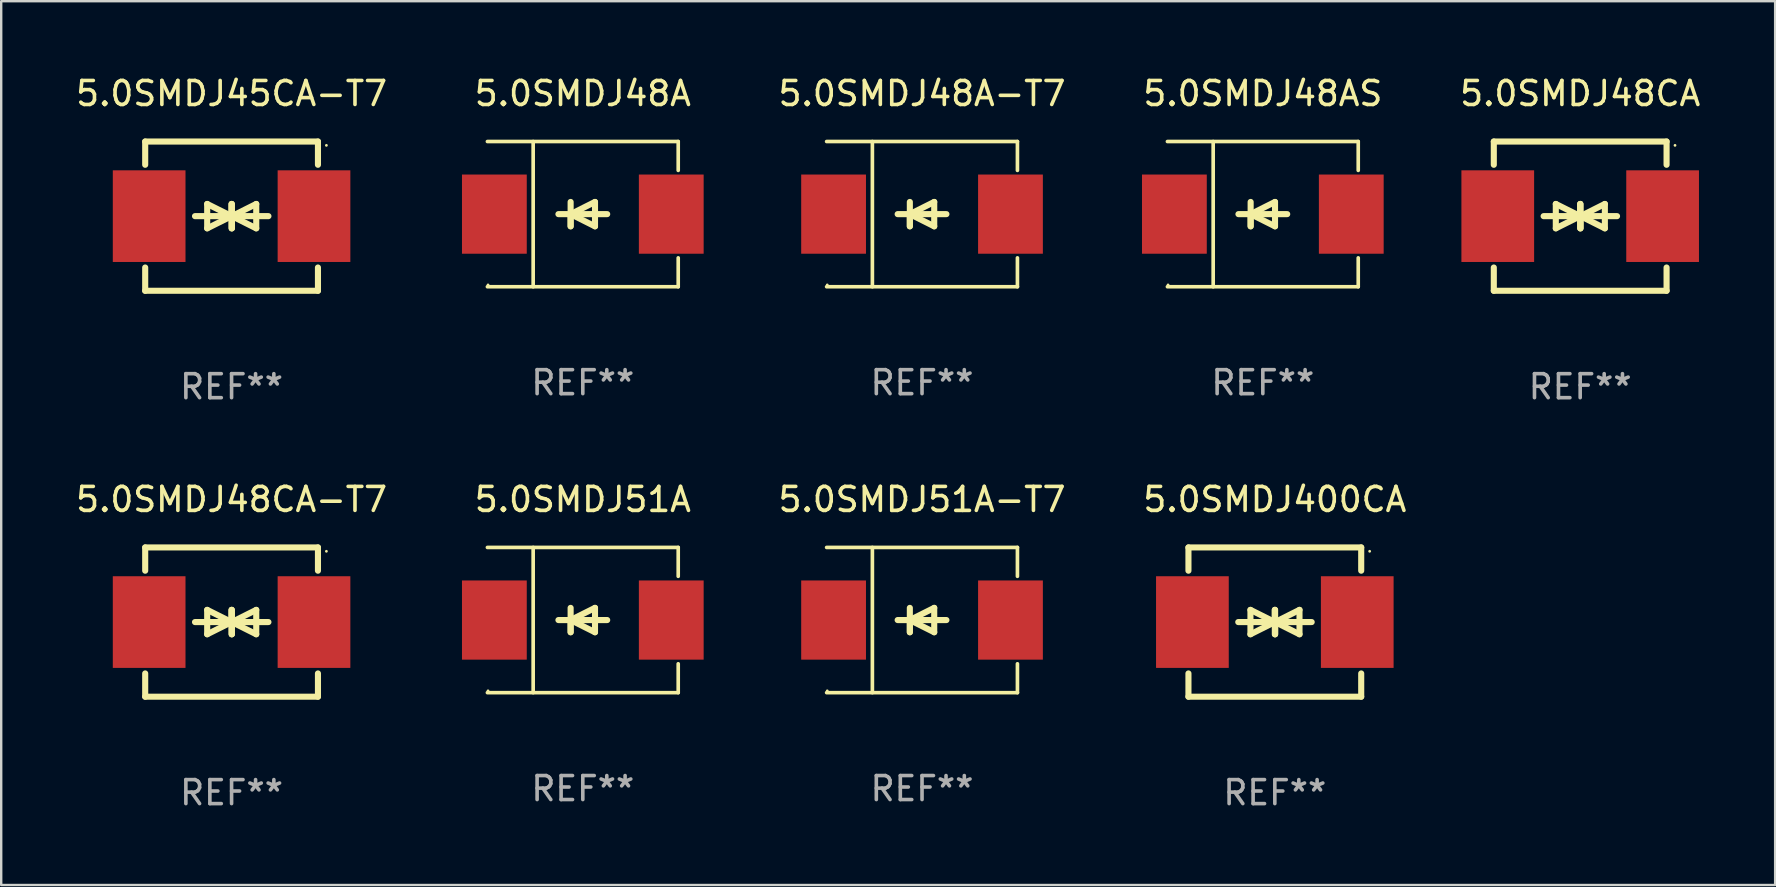
<source format=kicad_pcb>
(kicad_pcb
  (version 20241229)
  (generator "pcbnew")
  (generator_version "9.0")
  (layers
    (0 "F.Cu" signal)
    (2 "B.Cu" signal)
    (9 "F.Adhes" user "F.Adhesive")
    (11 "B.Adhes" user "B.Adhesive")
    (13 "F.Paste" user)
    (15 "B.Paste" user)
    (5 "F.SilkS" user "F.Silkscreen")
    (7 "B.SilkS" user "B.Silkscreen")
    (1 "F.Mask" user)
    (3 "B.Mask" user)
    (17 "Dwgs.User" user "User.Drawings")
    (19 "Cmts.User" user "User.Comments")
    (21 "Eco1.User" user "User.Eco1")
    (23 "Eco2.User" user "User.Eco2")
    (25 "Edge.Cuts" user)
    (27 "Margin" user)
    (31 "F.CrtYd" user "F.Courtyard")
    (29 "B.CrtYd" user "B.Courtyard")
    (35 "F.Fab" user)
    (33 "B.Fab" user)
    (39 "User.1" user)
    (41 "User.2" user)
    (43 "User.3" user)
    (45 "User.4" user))
  (footprint "5.0SMDJ48AS"
    (layer "F.Cu")
    (at 49.579 5.874)
    (property "Reference" "5.0SMDJ48AS" (at 0 -5.026 0) (layer "F.SilkS") (effects (font (size 1 1) (thickness 0.15))))
    (attr through_hole)
    (fp_line (start -3.976 -3.026) (end 3.976 -3.026) (stroke (width 0.152) (type solid)) (layer "F.SilkS"))
    (fp_line (start -3.976 3.026) (end 3.976 3.026) (stroke (width 0.152) (type solid)) (layer "F.SilkS"))
    (fp_line (start -2.069 -3.026) (end -2.069 3.026) (stroke (width 0.152) (type solid)) (layer "F.SilkS"))
    (fp_line (start -0.508 0) (end -0.508 0.508) (stroke (width 0.254) (type solid)) (layer "F.SilkS"))
    (fp_line (start -0.508 0) (end 0.508 0.508) (stroke (width 0.254) (type solid)) (layer "F.SilkS"))
    (fp_line (start -0.508 0.508) (end -0.508 -0.508) (stroke (width 0.254) (type solid)) (layer "F.SilkS"))
    (fp_line (start 0.508 -0.508) (end -0.508 0) (stroke (width 0.254) (type solid)) (layer "F.SilkS"))
    (fp_line (start 0.508 0.508) (end 0.508 -0.508) (stroke (width 0.254) (type solid)) (layer "F.SilkS"))
    (fp_line (start 1.016 0) (end -1.016 0) (stroke (width 0.254) (type solid)) (layer "F.SilkS"))
    (fp_line (start 3.976 -3.026) (end 3.976 -1.823) (stroke (width 0.152) (type solid)) (layer "F.SilkS"))
    (fp_line (start 3.976 3.026) (end 3.976 1.823) (stroke (width 0.152) (type solid)) (layer "F.SilkS"))
    (fp_circle (center -3.95 2.95) (end -3.92 2.95) (stroke (width 0.06) (type solid)) (fill no) (layer "F.SilkS"))
    (fp_text user "REF**" (at 0 7.026 0) (layer "F.Fab") (effects (font (size 1 1) (thickness 0.15))))
    (pad "1" smd rect (at -3.686 0) (size 2.7 3.3) (layers "F.Cu" "F.Mask" "F.Paste"))
    (pad "2" smd rect (at 3.686 0) (size 2.7 3.3) (layers "F.Cu" "F.Mask" "F.Paste")))
  (footprint "5.0SMDJ51A-T7"
    (layer "F.Cu")
    (at 35.376 22.791)
    (property "Reference" "5.0SMDJ51A-T7" (at 0 -5.026 0) (layer "F.SilkS") (effects (font (size 1 1) (thickness 0.15))))
    (attr through_hole)
    (fp_line (start -3.976 -3.026) (end 3.976 -3.026) (stroke (width 0.152) (type solid)) (layer "F.SilkS"))
    (fp_line (start -3.976 3.026) (end 3.976 3.026) (stroke (width 0.152) (type solid)) (layer "F.SilkS"))
    (fp_line (start -2.069 -3.026) (end -2.069 3.026) (stroke (width 0.152) (type solid)) (layer "F.SilkS"))
    (fp_line (start -0.508 0) (end -0.508 0.508) (stroke (width 0.254) (type solid)) (layer "F.SilkS"))
    (fp_line (start -0.508 0) (end 0.508 0.508) (stroke (width 0.254) (type solid)) (layer "F.SilkS"))
    (fp_line (start -0.508 0.508) (end -0.508 -0.508) (stroke (width 0.254) (type solid)) (layer "F.SilkS"))
    (fp_line (start 0.508 -0.508) (end -0.508 0) (stroke (width 0.254) (type solid)) (layer "F.SilkS"))
    (fp_line (start 0.508 0.508) (end 0.508 -0.508) (stroke (width 0.254) (type solid)) (layer "F.SilkS"))
    (fp_line (start 1.016 0) (end -1.016 0) (stroke (width 0.254) (type solid)) (layer "F.SilkS"))
    (fp_line (start 3.976 -3.026) (end 3.976 -1.823) (stroke (width 0.152) (type solid)) (layer "F.SilkS"))
    (fp_line (start 3.976 3.026) (end 3.976 1.823) (stroke (width 0.152) (type solid)) (layer "F.SilkS"))
    (fp_circle (center -3.95 2.95) (end -3.92 2.95) (stroke (width 0.06) (type solid)) (fill no) (layer "F.SilkS"))
    (fp_text user "REF**" (at 0 7.026 0) (layer "F.Fab") (effects (font (size 1 1) (thickness 0.15))))
    (pad "1" smd rect (at -3.686 0) (size 2.7 3.3) (layers "F.Cu" "F.Mask" "F.Paste"))
    (pad "2" smd rect (at 3.686 0) (size 2.7 3.3) (layers "F.Cu" "F.Mask" "F.Paste")))
  (footprint "5.0SMDJ48CA-T7"
    (layer "F.Cu")
    (at 6.601 22.875)
    (property "Reference" "5.0SMDJ48CA-T7" (at 0 -5.11 0) (layer "F.SilkS") (effects (font (size 1 1) (thickness 0.15))))
    (attr through_hole)
    (fp_line (start -3.6 -2.141) (end -3.6 -3.11) (stroke (width 0.254) (type solid)) (layer "F.SilkS"))
    (fp_line (start -3.6 3.11) (end -3.6 2.141) (stroke (width 0.254) (type solid)) (layer "F.SilkS"))
    (fp_line (start -1.524 0) (end 0.508 0) (stroke (width 0.254) (type solid)) (layer "F.SilkS"))
    (fp_line (start -1.016 -0.508) (end -1.016 0.508) (stroke (width 0.254) (type solid)) (layer "F.SilkS"))
    (fp_line (start -1.016 0.508) (end 0 0) (stroke (width 0.254) (type solid)) (layer "F.SilkS"))
    (fp_line (start 0 -0.508) (end 0 0.508) (stroke (width 0.254) (type solid)) (layer "F.SilkS"))
    (fp_line (start 0 0) (end -1.016 -0.508) (stroke (width 0.254) (type solid)) (layer "F.SilkS"))
    (fp_line (start 0 0) (end 0 -0.508) (stroke (width 0.254) (type solid)) (layer "F.SilkS"))
    (fp_line (start 0.012 0) (end 0.012 0.508) (stroke (width 0.254) (type solid)) (layer "F.SilkS"))
    (fp_line (start 0.012 0) (end 1.028 0.508) (stroke (width 0.254) (type solid)) (layer "F.SilkS"))
    (fp_line (start 0.012 0.508) (end 0.012 -0.508) (stroke (width 0.254) (type solid)) (layer "F.SilkS"))
    (fp_line (start 1.028 -0.508) (end 0.012 0) (stroke (width 0.254) (type solid)) (layer "F.SilkS"))
    (fp_line (start 1.028 0.508) (end 1.028 -0.508) (stroke (width 0.254) (type solid)) (layer "F.SilkS"))
    (fp_line (start 1.536 0) (end -0.496 0) (stroke (width 0.254) (type solid)) (layer "F.SilkS"))
    (fp_line (start 3.6 -3.11) (end -3.6 -3.11) (stroke (width 0.254) (type solid)) (layer "F.SilkS"))
    (fp_line (start 3.6 -2.141) (end 3.6 -3.11) (stroke (width 0.254) (type solid)) (layer "F.SilkS"))
    (fp_line (start 3.6 3.11) (end -3.6 3.11) (stroke (width 0.254) (type solid)) (layer "F.SilkS"))
    (fp_line (start 3.6 3.11) (end 3.6 2.141) (stroke (width 0.254) (type solid)) (layer "F.SilkS"))
    (fp_circle (center 3.952 -2.95) (end 3.982 -2.95) (stroke (width 0.06) (type solid)) (fill no) (layer "F.SilkS"))
    (fp_text user "REF**" (at 0 7.11 0) (layer "F.Fab") (effects (font (size 1 1) (thickness 0.15))))
    (pad "1" smd rect (at 3.435 0) (size 3.03 3.82) (layers "F.Cu" "F.Mask" "F.Paste"))
    (pad "2" smd rect (at -3.435 0) (size 3.03 3.82) (layers "F.Cu" "F.Mask" "F.Paste")))
  (footprint "5.0SMDJ400CA"
    (layer "F.Cu")
    (at 50.079 22.875)
    (property "Reference" "5.0SMDJ400CA" (at 0 -5.11 0) (layer "F.SilkS") (effects (font (size 1 1) (thickness 0.15))))
    (attr through_hole)
    (fp_line (start -3.6 -2.141) (end -3.6 -3.11) (stroke (width 0.254) (type solid)) (layer "F.SilkS"))
    (fp_line (start -3.6 3.11) (end -3.6 2.141) (stroke (width 0.254) (type solid)) (layer "F.SilkS"))
    (fp_line (start -1.524 0) (end 0.508 0) (stroke (width 0.254) (type solid)) (layer "F.SilkS"))
    (fp_line (start -1.016 -0.508) (end -1.016 0.508) (stroke (width 0.254) (type solid)) (layer "F.SilkS"))
    (fp_line (start -1.016 0.508) (end 0 0) (stroke (width 0.254) (type solid)) (layer "F.SilkS"))
    (fp_line (start 0 -0.508) (end 0 0.508) (stroke (width 0.254) (type solid)) (layer "F.SilkS"))
    (fp_line (start 0 0) (end -1.016 -0.508) (stroke (width 0.254) (type solid)) (layer "F.SilkS"))
    (fp_line (start 0 0) (end 0 -0.508) (stroke (width 0.254) (type solid)) (layer "F.SilkS"))
    (fp_line (start 0.012 0) (end 0.012 0.508) (stroke (width 0.254) (type solid)) (layer "F.SilkS"))
    (fp_line (start 0.012 0) (end 1.028 0.508) (stroke (width 0.254) (type solid)) (layer "F.SilkS"))
    (fp_line (start 0.012 0.508) (end 0.012 -0.508) (stroke (width 0.254) (type solid)) (layer "F.SilkS"))
    (fp_line (start 1.028 -0.508) (end 0.012 0) (stroke (width 0.254) (type solid)) (layer "F.SilkS"))
    (fp_line (start 1.028 0.508) (end 1.028 -0.508) (stroke (width 0.254) (type solid)) (layer "F.SilkS"))
    (fp_line (start 1.536 0) (end -0.496 0) (stroke (width 0.254) (type solid)) (layer "F.SilkS"))
    (fp_line (start 3.6 -3.11) (end -3.6 -3.11) (stroke (width 0.254) (type solid)) (layer "F.SilkS"))
    (fp_line (start 3.6 -2.141) (end 3.6 -3.11) (stroke (width 0.254) (type solid)) (layer "F.SilkS"))
    (fp_line (start 3.6 3.11) (end -3.6 3.11) (stroke (width 0.254) (type solid)) (layer "F.SilkS"))
    (fp_line (start 3.6 3.11) (end 3.6 2.141) (stroke (width 0.254) (type solid)) (layer "F.SilkS"))
    (fp_circle (center 3.952 -2.95) (end 3.982 -2.95) (stroke (width 0.06) (type solid)) (fill no) (layer "F.SilkS"))
    (fp_text user "REF**" (at 0 7.11 0) (layer "F.Fab") (effects (font (size 1 1) (thickness 0.15))))
    (pad "1" smd rect (at 3.435 0) (size 3.03 3.82) (layers "F.Cu" "F.Mask" "F.Paste"))
    (pad "2" smd rect (at -3.435 0) (size 3.03 3.82) (layers "F.Cu" "F.Mask" "F.Paste")))
  (footprint "5.0SMDJ51A"
    (layer "F.Cu")
    (at 21.239 22.791)
    (property "Reference" "5.0SMDJ51A" (at 0 -5.026 0) (layer "F.SilkS") (effects (font (size 1 1) (thickness 0.15))))
    (attr through_hole)
    (fp_line (start -3.976 -3.026) (end 3.976 -3.026) (stroke (width 0.152) (type solid)) (layer "F.SilkS"))
    (fp_line (start -3.976 3.026) (end 3.976 3.026) (stroke (width 0.152) (type solid)) (layer "F.SilkS"))
    (fp_line (start -2.069 -3.026) (end -2.069 3.026) (stroke (width 0.152) (type solid)) (layer "F.SilkS"))
    (fp_line (start -0.508 0) (end -0.508 0.508) (stroke (width 0.254) (type solid)) (layer "F.SilkS"))
    (fp_line (start -0.508 0) (end 0.508 0.508) (stroke (width 0.254) (type solid)) (layer "F.SilkS"))
    (fp_line (start -0.508 0.508) (end -0.508 -0.508) (stroke (width 0.254) (type solid)) (layer "F.SilkS"))
    (fp_line (start 0.508 -0.508) (end -0.508 0) (stroke (width 0.254) (type solid)) (layer "F.SilkS"))
    (fp_line (start 0.508 0.508) (end 0.508 -0.508) (stroke (width 0.254) (type solid)) (layer "F.SilkS"))
    (fp_line (start 1.016 0) (end -1.016 0) (stroke (width 0.254) (type solid)) (layer "F.SilkS"))
    (fp_line (start 3.976 -3.026) (end 3.976 -1.823) (stroke (width 0.152) (type solid)) (layer "F.SilkS"))
    (fp_line (start 3.976 3.026) (end 3.976 1.823) (stroke (width 0.152) (type solid)) (layer "F.SilkS"))
    (fp_circle (center -3.95 2.95) (end -3.92 2.95) (stroke (width 0.06) (type solid)) (fill no) (layer "F.SilkS"))
    (fp_text user "REF**" (at 0 7.026 0) (layer "F.Fab") (effects (font (size 1 1) (thickness 0.15))))
    (pad "1" smd rect (at -3.686 0) (size 2.7 3.3) (layers "F.Cu" "F.Mask" "F.Paste"))
    (pad "2" smd rect (at 3.686 0) (size 2.7 3.3) (layers "F.Cu" "F.Mask" "F.Paste")))
  (footprint "5.0SMDJ48A-T7"
    (layer "F.Cu")
    (at 35.376 5.874)
    (property "Reference" "5.0SMDJ48A-T7" (at 0 -5.026 0) (layer "F.SilkS") (effects (font (size 1 1) (thickness 0.15))))
    (attr through_hole)
    (fp_line (start -3.976 -3.026) (end 3.976 -3.026) (stroke (width 0.152) (type solid)) (layer "F.SilkS"))
    (fp_line (start -3.976 3.026) (end 3.976 3.026) (stroke (width 0.152) (type solid)) (layer "F.SilkS"))
    (fp_line (start -2.069 -3.026) (end -2.069 3.026) (stroke (width 0.152) (type solid)) (layer "F.SilkS"))
    (fp_line (start -0.508 0) (end -0.508 0.508) (stroke (width 0.254) (type solid)) (layer "F.SilkS"))
    (fp_line (start -0.508 0) (end 0.508 0.508) (stroke (width 0.254) (type solid)) (layer "F.SilkS"))
    (fp_line (start -0.508 0.508) (end -0.508 -0.508) (stroke (width 0.254) (type solid)) (layer "F.SilkS"))
    (fp_line (start 0.508 -0.508) (end -0.508 0) (stroke (width 0.254) (type solid)) (layer "F.SilkS"))
    (fp_line (start 0.508 0.508) (end 0.508 -0.508) (stroke (width 0.254) (type solid)) (layer "F.SilkS"))
    (fp_line (start 1.016 0) (end -1.016 0) (stroke (width 0.254) (type solid)) (layer "F.SilkS"))
    (fp_line (start 3.976 -3.026) (end 3.976 -1.823) (stroke (width 0.152) (type solid)) (layer "F.SilkS"))
    (fp_line (start 3.976 3.026) (end 3.976 1.823) (stroke (width 0.152) (type solid)) (layer "F.SilkS"))
    (fp_circle (center -3.95 2.95) (end -3.92 2.95) (stroke (width 0.06) (type solid)) (fill no) (layer "F.SilkS"))
    (fp_text user "REF**" (at 0 7.026 0) (layer "F.Fab") (effects (font (size 1 1) (thickness 0.15))))
    (pad "1" smd rect (at -3.686 0) (size 2.7 3.3) (layers "F.Cu" "F.Mask" "F.Paste"))
    (pad "2" smd rect (at 3.686 0) (size 2.7 3.3) (layers "F.Cu" "F.Mask" "F.Paste")))
  (footprint "5.0SMDJ45CA-T7"
    (layer "F.Cu")
    (at 6.601 5.958)
    (property "Reference" "5.0SMDJ45CA-T7" (at 0 -5.11 0) (layer "F.SilkS") (effects (font (size 1 1) (thickness 0.15))))
    (attr through_hole)
    (fp_line (start -3.6 -2.141) (end -3.6 -3.11) (stroke (width 0.254) (type solid)) (layer "F.SilkS"))
    (fp_line (start -3.6 3.11) (end -3.6 2.141) (stroke (width 0.254) (type solid)) (layer "F.SilkS"))
    (fp_line (start -1.524 0) (end 0.508 0) (stroke (width 0.254) (type solid)) (layer "F.SilkS"))
    (fp_line (start -1.016 -0.508) (end -1.016 0.508) (stroke (width 0.254) (type solid)) (layer "F.SilkS"))
    (fp_line (start -1.016 0.508) (end 0 0) (stroke (width 0.254) (type solid)) (layer "F.SilkS"))
    (fp_line (start 0 -0.508) (end 0 0.508) (stroke (width 0.254) (type solid)) (layer "F.SilkS"))
    (fp_line (start 0 0) (end -1.016 -0.508) (stroke (width 0.254) (type solid)) (layer "F.SilkS"))
    (fp_line (start 0 0) (end 0 -0.508) (stroke (width 0.254) (type solid)) (layer "F.SilkS"))
    (fp_line (start 0.012 0) (end 0.012 0.508) (stroke (width 0.254) (type solid)) (layer "F.SilkS"))
    (fp_line (start 0.012 0) (end 1.028 0.508) (stroke (width 0.254) (type solid)) (layer "F.SilkS"))
    (fp_line (start 0.012 0.508) (end 0.012 -0.508) (stroke (width 0.254) (type solid)) (layer "F.SilkS"))
    (fp_line (start 1.028 -0.508) (end 0.012 0) (stroke (width 0.254) (type solid)) (layer "F.SilkS"))
    (fp_line (start 1.028 0.508) (end 1.028 -0.508) (stroke (width 0.254) (type solid)) (layer "F.SilkS"))
    (fp_line (start 1.536 0) (end -0.496 0) (stroke (width 0.254) (type solid)) (layer "F.SilkS"))
    (fp_line (start 3.6 -3.11) (end -3.6 -3.11) (stroke (width 0.254) (type solid)) (layer "F.SilkS"))
    (fp_line (start 3.6 -2.141) (end 3.6 -3.11) (stroke (width 0.254) (type solid)) (layer "F.SilkS"))
    (fp_line (start 3.6 3.11) (end -3.6 3.11) (stroke (width 0.254) (type solid)) (layer "F.SilkS"))
    (fp_line (start 3.6 3.11) (end 3.6 2.141) (stroke (width 0.254) (type solid)) (layer "F.SilkS"))
    (fp_circle (center 3.952 -2.95) (end 3.982 -2.95) (stroke (width 0.06) (type solid)) (fill no) (layer "F.SilkS"))
    (fp_text user "REF**" (at 0 7.11 0) (layer "F.Fab") (effects (font (size 1 1) (thickness 0.15))))
    (pad "1" smd rect (at 3.435 0) (size 3.03 3.82) (layers "F.Cu" "F.Mask" "F.Paste"))
    (pad "2" smd rect (at -3.435 0) (size 3.03 3.82) (layers "F.Cu" "F.Mask" "F.Paste")))
  (footprint "5.0SMDJ48A"
    (layer "F.Cu")
    (at 21.239 5.874)
    (property "Reference" "5.0SMDJ48A" (at 0 -5.026 0) (layer "F.SilkS") (effects (font (size 1 1) (thickness 0.15))))
    (attr through_hole)
    (fp_line (start -3.976 -3.026) (end 3.976 -3.026) (stroke (width 0.152) (type solid)) (layer "F.SilkS"))
    (fp_line (start -3.976 3.026) (end 3.976 3.026) (stroke (width 0.152) (type solid)) (layer "F.SilkS"))
    (fp_line (start -2.069 -3.026) (end -2.069 3.026) (stroke (width 0.152) (type solid)) (layer "F.SilkS"))
    (fp_line (start -0.508 0) (end -0.508 0.508) (stroke (width 0.254) (type solid)) (layer "F.SilkS"))
    (fp_line (start -0.508 0) (end 0.508 0.508) (stroke (width 0.254) (type solid)) (layer "F.SilkS"))
    (fp_line (start -0.508 0.508) (end -0.508 -0.508) (stroke (width 0.254) (type solid)) (layer "F.SilkS"))
    (fp_line (start 0.508 -0.508) (end -0.508 0) (stroke (width 0.254) (type solid)) (layer "F.SilkS"))
    (fp_line (start 0.508 0.508) (end 0.508 -0.508) (stroke (width 0.254) (type solid)) (layer "F.SilkS"))
    (fp_line (start 1.016 0) (end -1.016 0) (stroke (width 0.254) (type solid)) (layer "F.SilkS"))
    (fp_line (start 3.976 -3.026) (end 3.976 -1.823) (stroke (width 0.152) (type solid)) (layer "F.SilkS"))
    (fp_line (start 3.976 3.026) (end 3.976 1.823) (stroke (width 0.152) (type solid)) (layer "F.SilkS"))
    (fp_circle (center -3.95 2.95) (end -3.92 2.95) (stroke (width 0.06) (type solid)) (fill no) (layer "F.SilkS"))
    (fp_text user "REF**" (at 0 7.026 0) (layer "F.Fab") (effects (font (size 1 1) (thickness 0.15))))
    (pad "1" smd rect (at -3.686 0) (size 2.7 3.3) (layers "F.Cu" "F.Mask" "F.Paste"))
    (pad "2" smd rect (at 3.686 0) (size 2.7 3.3) (layers "F.Cu" "F.Mask" "F.Paste")))
  (footprint "5.0SMDJ48CA"
    (layer "F.Cu")
    (at 62.805 5.958)
    (property "Reference" "5.0SMDJ48CA" (at 0 -5.11 0) (layer "F.SilkS") (effects (font (size 1 1) (thickness 0.15))))
    (attr through_hole)
    (fp_line (start -3.6 -2.141) (end -3.6 -3.11) (stroke (width 0.254) (type solid)) (layer "F.SilkS"))
    (fp_line (start -3.6 3.11) (end -3.6 2.141) (stroke (width 0.254) (type solid)) (layer "F.SilkS"))
    (fp_line (start -1.524 0) (end 0.508 0) (stroke (width 0.254) (type solid)) (layer "F.SilkS"))
    (fp_line (start -1.016 -0.508) (end -1.016 0.508) (stroke (width 0.254) (type solid)) (layer "F.SilkS"))
    (fp_line (start -1.016 0.508) (end 0 0) (stroke (width 0.254) (type solid)) (layer "F.SilkS"))
    (fp_line (start 0 -0.508) (end 0 0.508) (stroke (width 0.254) (type solid)) (layer "F.SilkS"))
    (fp_line (start 0 0) (end -1.016 -0.508) (stroke (width 0.254) (type solid)) (layer "F.SilkS"))
    (fp_line (start 0 0) (end 0 -0.508) (stroke (width 0.254) (type solid)) (layer "F.SilkS"))
    (fp_line (start 0.012 0) (end 0.012 0.508) (stroke (width 0.254) (type solid)) (layer "F.SilkS"))
    (fp_line (start 0.012 0) (end 1.028 0.508) (stroke (width 0.254) (type solid)) (layer "F.SilkS"))
    (fp_line (start 0.012 0.508) (end 0.012 -0.508) (stroke (width 0.254) (type solid)) (layer "F.SilkS"))
    (fp_line (start 1.028 -0.508) (end 0.012 0) (stroke (width 0.254) (type solid)) (layer "F.SilkS"))
    (fp_line (start 1.028 0.508) (end 1.028 -0.508) (stroke (width 0.254) (type solid)) (layer "F.SilkS"))
    (fp_line (start 1.536 0) (end -0.496 0) (stroke (width 0.254) (type solid)) (layer "F.SilkS"))
    (fp_line (start 3.6 -3.11) (end -3.6 -3.11) (stroke (width 0.254) (type solid)) (layer "F.SilkS"))
    (fp_line (start 3.6 -2.141) (end 3.6 -3.11) (stroke (width 0.254) (type solid)) (layer "F.SilkS"))
    (fp_line (start 3.6 3.11) (end -3.6 3.11) (stroke (width 0.254) (type solid)) (layer "F.SilkS"))
    (fp_line (start 3.6 3.11) (end 3.6 2.141) (stroke (width 0.254) (type solid)) (layer "F.SilkS"))
    (fp_circle (center 3.952 -2.95) (end 3.982 -2.95) (stroke (width 0.06) (type solid)) (fill no) (layer "F.SilkS"))
    (fp_text user "REF**" (at 0 7.11 0) (layer "F.Fab") (effects (font (size 1 1) (thickness 0.15))))
    (pad "1" smd rect (at 3.435 0) (size 3.03 3.82) (layers "F.Cu" "F.Mask" "F.Paste"))
    (pad "2" smd rect (at -3.435 0) (size 3.03 3.82) (layers "F.Cu" "F.Mask" "F.Paste")))
  (gr_rect
    (start -3 -3)
    (end 70.93 33.833)
    (stroke (width 0.1) (type default))
    (fill no)
    (layer "Edge.Cuts")))
</source>
